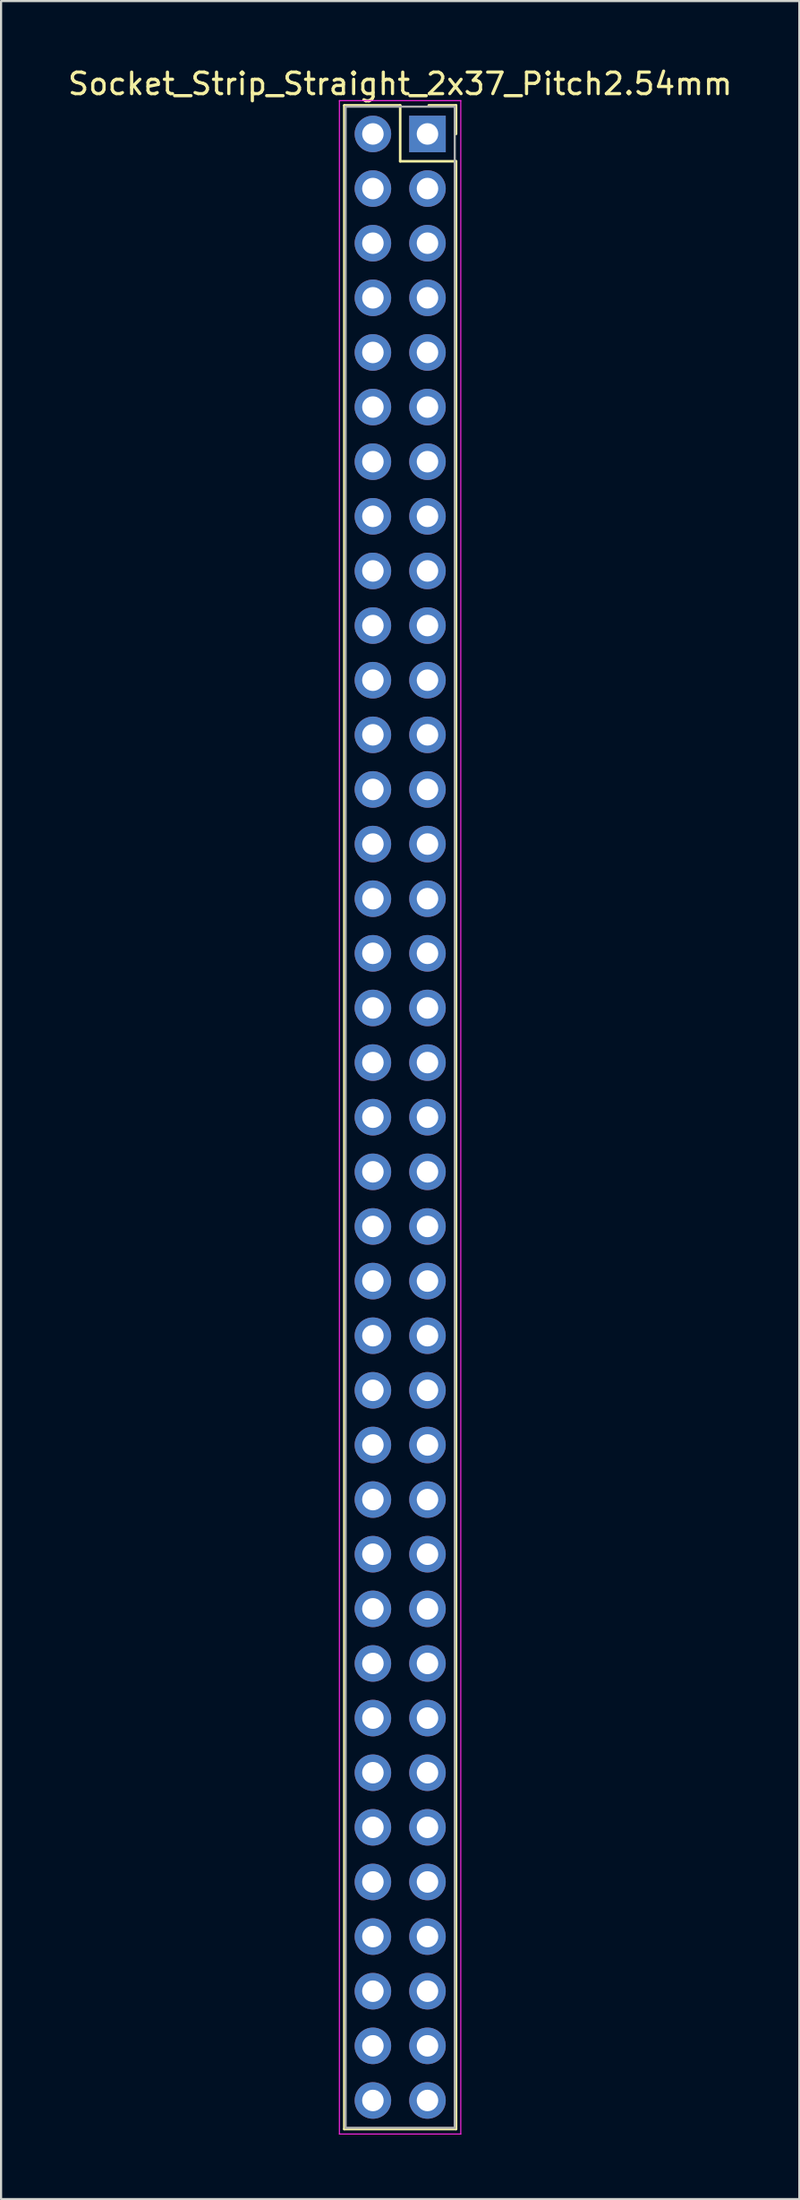
<source format=kicad_pcb>
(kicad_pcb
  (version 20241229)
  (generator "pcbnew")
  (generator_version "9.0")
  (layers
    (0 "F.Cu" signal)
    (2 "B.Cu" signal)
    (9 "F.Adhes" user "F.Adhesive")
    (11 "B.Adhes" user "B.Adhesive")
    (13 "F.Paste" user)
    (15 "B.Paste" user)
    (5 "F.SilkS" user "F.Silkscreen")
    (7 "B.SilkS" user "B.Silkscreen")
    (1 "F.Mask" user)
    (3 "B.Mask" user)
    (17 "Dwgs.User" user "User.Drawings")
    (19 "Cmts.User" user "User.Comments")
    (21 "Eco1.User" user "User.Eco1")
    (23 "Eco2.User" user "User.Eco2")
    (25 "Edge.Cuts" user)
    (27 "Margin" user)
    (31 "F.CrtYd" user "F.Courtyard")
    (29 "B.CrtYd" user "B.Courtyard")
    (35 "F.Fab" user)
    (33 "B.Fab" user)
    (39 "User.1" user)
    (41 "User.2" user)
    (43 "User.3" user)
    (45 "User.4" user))
  (footprint "Socket_Strip_Straight_2x37_Pitch2.54mm"
    (layer "F.Cu")
    (at 16.847 3.178)
    (property "Reference" "Socket_Strip_Straight_2x37_Pitch2.54mm" (at -1.27 -2.33 0) (layer "F.SilkS") (effects (font (size 1 1) (thickness 0.15))))
    (attr through_hole)
    (fp_line (start -3.87 -1.33) (end -1.27 -1.33) (stroke (width 0.12) (type solid)) (layer "F.SilkS"))
    (fp_line (start -3.87 92.77) (end -3.87 -1.33) (stroke (width 0.12) (type solid)) (layer "F.SilkS"))
    (fp_line (start -1.27 -1.33) (end -1.27 1.27) (stroke (width 0.12) (type solid)) (layer "F.SilkS"))
    (fp_line (start -1.27 1.27) (end 1.33 1.27) (stroke (width 0.12) (type solid)) (layer "F.SilkS"))
    (fp_line (start 1.33 -1.33) (end 0.06 -1.33) (stroke (width 0.12) (type solid)) (layer "F.SilkS"))
    (fp_line (start 1.33 0) (end 1.33 -1.33) (stroke (width 0.12) (type solid)) (layer "F.SilkS"))
    (fp_line (start 1.33 1.27) (end 1.33 92.77) (stroke (width 0.12) (type solid)) (layer "F.SilkS"))
    (fp_line (start 1.33 92.77) (end -3.87 92.77) (stroke (width 0.12) (type solid)) (layer "F.SilkS"))
    (fp_line (start -4.1 -1.55) (end -4.1 93) (stroke (width 0.05) (type solid)) (layer "F.CrtYd"))
    (fp_line (start -4.1 93) (end 1.55 93) (stroke (width 0.05) (type solid)) (layer "F.CrtYd"))
    (fp_line (start 1.55 -1.55) (end -4.1 -1.55) (stroke (width 0.05) (type solid)) (layer "F.CrtYd"))
    (fp_line (start 1.55 93) (end 1.55 -1.55) (stroke (width 0.05) (type solid)) (layer "F.CrtYd"))
    (fp_line (start -3.81 -1.27) (end -3.81 92.71) (stroke (width 0.1) (type solid)) (layer "F.Fab"))
    (fp_line (start -3.81 92.71) (end 1.27 92.71) (stroke (width 0.1) (type solid)) (layer "F.Fab"))
    (fp_line (start 1.27 -1.27) (end -3.81 -1.27) (stroke (width 0.1) (type solid)) (layer "F.Fab"))
    (fp_line (start 1.27 92.71) (end 1.27 -1.27) (stroke (width 0.1) (type solid)) (layer "F.Fab"))
    (pad "1" thru_hole rect (at 0 0) (size 1.7 1.7) (drill 1) (layers "*.Cu" "*.Mask"))
    (pad "2" thru_hole oval (at -2.54 0) (size 1.7 1.7) (drill 1) (layers "*.Cu" "*.Mask"))
    (pad "3" thru_hole oval (at 0 2.54) (size 1.7 1.7) (drill 1) (layers "*.Cu" "*.Mask"))
    (pad "4" thru_hole oval (at -2.54 2.54) (size 1.7 1.7) (drill 1) (layers "*.Cu" "*.Mask"))
    (pad "5" thru_hole oval (at 0 5.08) (size 1.7 1.7) (drill 1) (layers "*.Cu" "*.Mask"))
    (pad "6" thru_hole oval (at -2.54 5.08) (size 1.7 1.7) (drill 1) (layers "*.Cu" "*.Mask"))
    (pad "7" thru_hole oval (at 0 7.62) (size 1.7 1.7) (drill 1) (layers "*.Cu" "*.Mask"))
    (pad "8" thru_hole oval (at -2.54 7.62) (size 1.7 1.7) (drill 1) (layers "*.Cu" "*.Mask"))
    (pad "9" thru_hole oval (at 0 10.16) (size 1.7 1.7) (drill 1) (layers "*.Cu" "*.Mask"))
    (pad "10" thru_hole oval (at -2.54 10.16) (size 1.7 1.7) (drill 1) (layers "*.Cu" "*.Mask"))
    (pad "11" thru_hole oval (at 0 12.7) (size 1.7 1.7) (drill 1) (layers "*.Cu" "*.Mask"))
    (pad "12" thru_hole oval (at -2.54 12.7) (size 1.7 1.7) (drill 1) (layers "*.Cu" "*.Mask"))
    (pad "13" thru_hole oval (at 0 15.24) (size 1.7 1.7) (drill 1) (layers "*.Cu" "*.Mask"))
    (pad "14" thru_hole oval (at -2.54 15.24) (size 1.7 1.7) (drill 1) (layers "*.Cu" "*.Mask"))
    (pad "15" thru_hole oval (at 0 17.78) (size 1.7 1.7) (drill 1) (layers "*.Cu" "*.Mask"))
    (pad "16" thru_hole oval (at -2.54 17.78) (size 1.7 1.7) (drill 1) (layers "*.Cu" "*.Mask"))
    (pad "17" thru_hole oval (at 0 20.32) (size 1.7 1.7) (drill 1) (layers "*.Cu" "*.Mask"))
    (pad "18" thru_hole oval (at -2.54 20.32) (size 1.7 1.7) (drill 1) (layers "*.Cu" "*.Mask"))
    (pad "19" thru_hole oval (at 0 22.86) (size 1.7 1.7) (drill 1) (layers "*.Cu" "*.Mask"))
    (pad "20" thru_hole oval (at -2.54 22.86) (size 1.7 1.7) (drill 1) (layers "*.Cu" "*.Mask"))
    (pad "21" thru_hole oval (at 0 25.4) (size 1.7 1.7) (drill 1) (layers "*.Cu" "*.Mask"))
    (pad "22" thru_hole oval (at -2.54 25.4) (size 1.7 1.7) (drill 1) (layers "*.Cu" "*.Mask"))
    (pad "23" thru_hole oval (at 0 27.94) (size 1.7 1.7) (drill 1) (layers "*.Cu" "*.Mask"))
    (pad "24" thru_hole oval (at -2.54 27.94) (size 1.7 1.7) (drill 1) (layers "*.Cu" "*.Mask"))
    (pad "25" thru_hole oval (at 0 30.48) (size 1.7 1.7) (drill 1) (layers "*.Cu" "*.Mask"))
    (pad "26" thru_hole oval (at -2.54 30.48) (size 1.7 1.7) (drill 1) (layers "*.Cu" "*.Mask"))
    (pad "27" thru_hole oval (at 0 33.02) (size 1.7 1.7) (drill 1) (layers "*.Cu" "*.Mask"))
    (pad "28" thru_hole oval (at -2.54 33.02) (size 1.7 1.7) (drill 1) (layers "*.Cu" "*.Mask"))
    (pad "29" thru_hole oval (at 0 35.56) (size 1.7 1.7) (drill 1) (layers "*.Cu" "*.Mask"))
    (pad "30" thru_hole oval (at -2.54 35.56) (size 1.7 1.7) (drill 1) (layers "*.Cu" "*.Mask"))
    (pad "31" thru_hole oval (at 0 38.1) (size 1.7 1.7) (drill 1) (layers "*.Cu" "*.Mask"))
    (pad "32" thru_hole oval (at -2.54 38.1) (size 1.7 1.7) (drill 1) (layers "*.Cu" "*.Mask"))
    (pad "33" thru_hole oval (at 0 40.64) (size 1.7 1.7) (drill 1) (layers "*.Cu" "*.Mask"))
    (pad "34" thru_hole oval (at -2.54 40.64) (size 1.7 1.7) (drill 1) (layers "*.Cu" "*.Mask"))
    (pad "35" thru_hole oval (at 0 43.18) (size 1.7 1.7) (drill 1) (layers "*.Cu" "*.Mask"))
    (pad "36" thru_hole oval (at -2.54 43.18) (size 1.7 1.7) (drill 1) (layers "*.Cu" "*.Mask"))
    (pad "37" thru_hole oval (at 0 45.72) (size 1.7 1.7) (drill 1) (layers "*.Cu" "*.Mask"))
    (pad "38" thru_hole oval (at -2.54 45.72) (size 1.7 1.7) (drill 1) (layers "*.Cu" "*.Mask"))
    (pad "39" thru_hole oval (at 0 48.26) (size 1.7 1.7) (drill 1) (layers "*.Cu" "*.Mask"))
    (pad "40" thru_hole oval (at -2.54 48.26) (size 1.7 1.7) (drill 1) (layers "*.Cu" "*.Mask"))
    (pad "41" thru_hole oval (at 0 50.8) (size 1.7 1.7) (drill 1) (layers "*.Cu" "*.Mask"))
    (pad "42" thru_hole oval (at -2.54 50.8) (size 1.7 1.7) (drill 1) (layers "*.Cu" "*.Mask"))
    (pad "43" thru_hole oval (at 0 53.34) (size 1.7 1.7) (drill 1) (layers "*.Cu" "*.Mask"))
    (pad "44" thru_hole oval (at -2.54 53.34) (size 1.7 1.7) (drill 1) (layers "*.Cu" "*.Mask"))
    (pad "45" thru_hole oval (at 0 55.88) (size 1.7 1.7) (drill 1) (layers "*.Cu" "*.Mask"))
    (pad "46" thru_hole oval (at -2.54 55.88) (size 1.7 1.7) (drill 1) (layers "*.Cu" "*.Mask"))
    (pad "47" thru_hole oval (at 0 58.42) (size 1.7 1.7) (drill 1) (layers "*.Cu" "*.Mask"))
    (pad "48" thru_hole oval (at -2.54 58.42) (size 1.7 1.7) (drill 1) (layers "*.Cu" "*.Mask"))
    (pad "49" thru_hole oval (at 0 60.96) (size 1.7 1.7) (drill 1) (layers "*.Cu" "*.Mask"))
    (pad "50" thru_hole oval (at -2.54 60.96) (size 1.7 1.7) (drill 1) (layers "*.Cu" "*.Mask"))
    (pad "51" thru_hole oval (at 0 63.5) (size 1.7 1.7) (drill 1) (layers "*.Cu" "*.Mask"))
    (pad "52" thru_hole oval (at -2.54 63.5) (size 1.7 1.7) (drill 1) (layers "*.Cu" "*.Mask"))
    (pad "53" thru_hole oval (at 0 66.04) (size 1.7 1.7) (drill 1) (layers "*.Cu" "*.Mask"))
    (pad "54" thru_hole oval (at -2.54 66.04) (size 1.7 1.7) (drill 1) (layers "*.Cu" "*.Mask"))
    (pad "55" thru_hole oval (at 0 68.58) (size 1.7 1.7) (drill 1) (layers "*.Cu" "*.Mask"))
    (pad "56" thru_hole oval (at -2.54 68.58) (size 1.7 1.7) (drill 1) (layers "*.Cu" "*.Mask"))
    (pad "57" thru_hole oval (at 0 71.12) (size 1.7 1.7) (drill 1) (layers "*.Cu" "*.Mask"))
    (pad "58" thru_hole oval (at -2.54 71.12) (size 1.7 1.7) (drill 1) (layers "*.Cu" "*.Mask"))
    (pad "59" thru_hole oval (at 0 73.66) (size 1.7 1.7) (drill 1) (layers "*.Cu" "*.Mask"))
    (pad "60" thru_hole oval (at -2.54 73.66) (size 1.7 1.7) (drill 1) (layers "*.Cu" "*.Mask"))
    (pad "61" thru_hole oval (at 0 76.2) (size 1.7 1.7) (drill 1) (layers "*.Cu" "*.Mask"))
    (pad "62" thru_hole oval (at -2.54 76.2) (size 1.7 1.7) (drill 1) (layers "*.Cu" "*.Mask"))
    (pad "63" thru_hole oval (at 0 78.74) (size 1.7 1.7) (drill 1) (layers "*.Cu" "*.Mask"))
    (pad "64" thru_hole oval (at -2.54 78.74) (size 1.7 1.7) (drill 1) (layers "*.Cu" "*.Mask"))
    (pad "65" thru_hole oval (at 0 81.28) (size 1.7 1.7) (drill 1) (layers "*.Cu" "*.Mask"))
    (pad "66" thru_hole oval (at -2.54 81.28) (size 1.7 1.7) (drill 1) (layers "*.Cu" "*.Mask"))
    (pad "67" thru_hole oval (at 0 83.82) (size 1.7 1.7) (drill 1) (layers "*.Cu" "*.Mask"))
    (pad "68" thru_hole oval (at -2.54 83.82) (size 1.7 1.7) (drill 1) (layers "*.Cu" "*.Mask"))
    (pad "69" thru_hole oval (at 0 86.36) (size 1.7 1.7) (drill 1) (layers "*.Cu" "*.Mask"))
    (pad "70" thru_hole oval (at -2.54 86.36) (size 1.7 1.7) (drill 1) (layers "*.Cu" "*.Mask"))
    (pad "71" thru_hole oval (at 0 88.9) (size 1.7 1.7) (drill 1) (layers "*.Cu" "*.Mask"))
    (pad "72" thru_hole oval (at -2.54 88.9) (size 1.7 1.7) (drill 1) (layers "*.Cu" "*.Mask"))
    (pad "73" thru_hole oval (at 0 91.44) (size 1.7 1.7) (drill 1) (layers "*.Cu" "*.Mask"))
    (pad "74" thru_hole oval (at -2.54 91.44) (size 1.7 1.7) (drill 1) (layers "*.Cu" "*.Mask")))
  (gr_rect
    (start -3 -3)
    (end 34.155 99.203)
    (stroke (width 0.1) (type default))
    (fill no)
    (layer "Edge.Cuts")))
</source>
